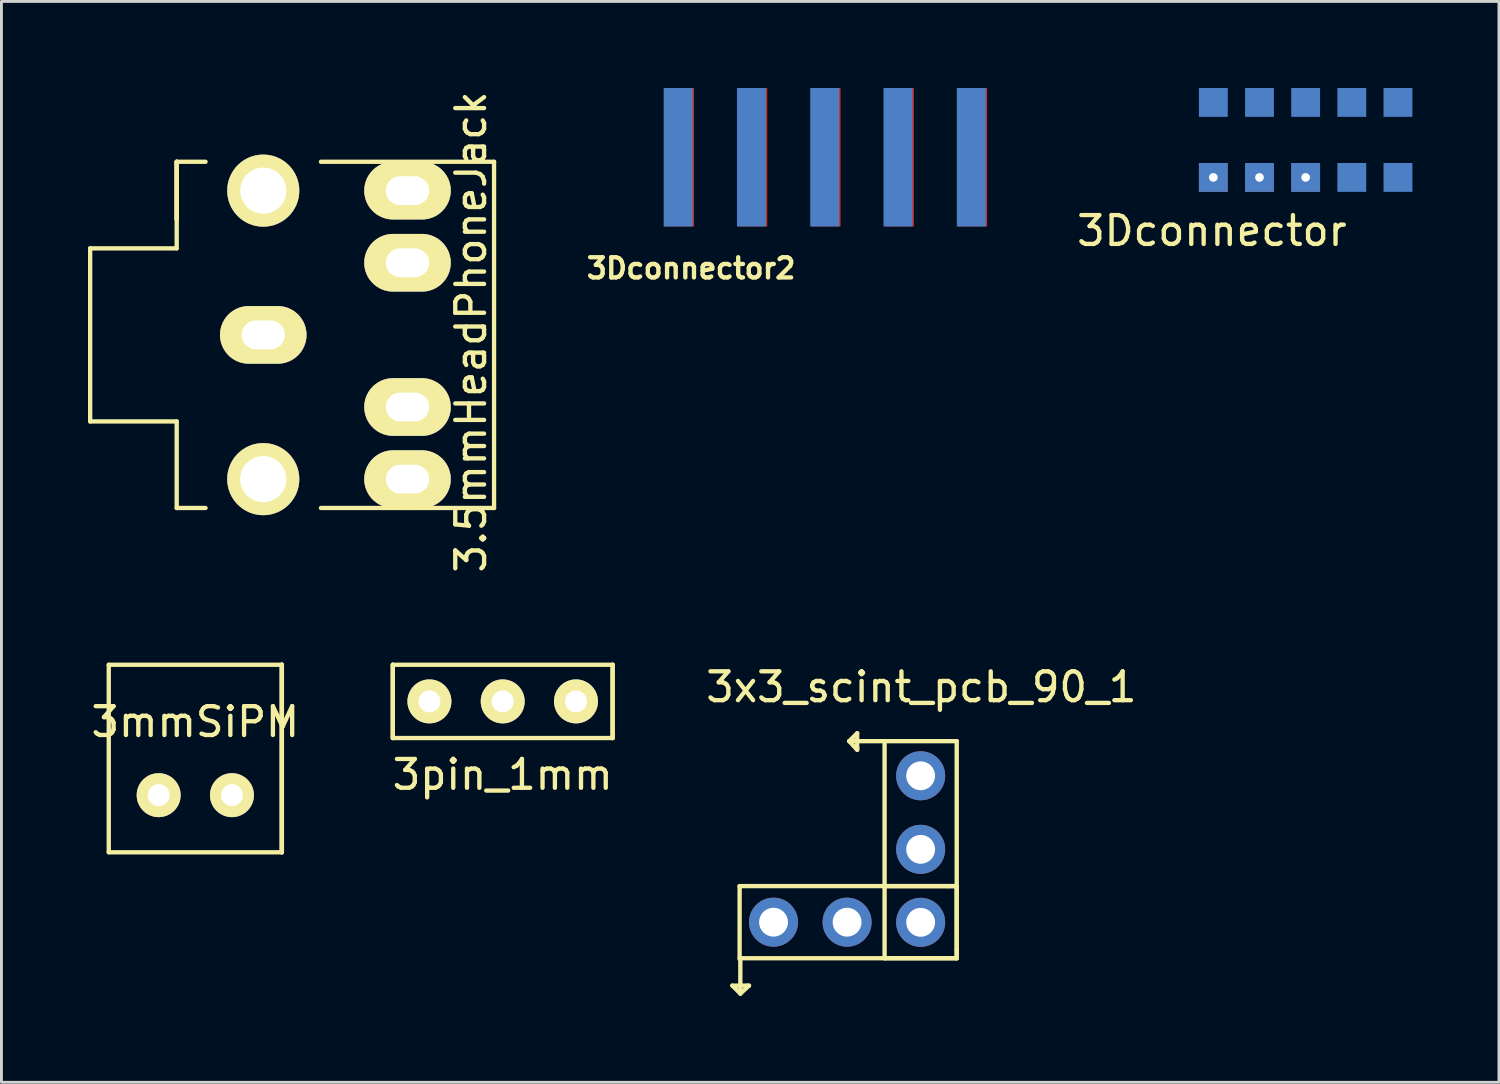
<source format=kicad_pcb>
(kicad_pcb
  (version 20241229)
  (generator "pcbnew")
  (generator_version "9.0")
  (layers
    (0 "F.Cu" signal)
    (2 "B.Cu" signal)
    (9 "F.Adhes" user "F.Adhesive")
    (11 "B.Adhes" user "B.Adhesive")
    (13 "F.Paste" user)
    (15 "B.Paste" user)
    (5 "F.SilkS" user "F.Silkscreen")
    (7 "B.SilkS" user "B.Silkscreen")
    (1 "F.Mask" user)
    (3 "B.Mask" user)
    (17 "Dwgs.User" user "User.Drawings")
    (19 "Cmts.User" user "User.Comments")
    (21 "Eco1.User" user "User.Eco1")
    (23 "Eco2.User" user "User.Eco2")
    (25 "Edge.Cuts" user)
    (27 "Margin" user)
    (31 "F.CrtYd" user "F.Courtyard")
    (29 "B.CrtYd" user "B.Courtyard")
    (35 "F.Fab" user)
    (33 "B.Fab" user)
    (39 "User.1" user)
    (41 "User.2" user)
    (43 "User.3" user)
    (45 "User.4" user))
  (footprint "3pin_1mm"
    (layer "F.Cu")
    (at 14.375 21.262)
    (property "Reference" "3pin_1mm" (at 0 2.54 0) (layer "F.SilkS") (effects (font (size 1 1) (thickness 0.15))))
    (attr through_hole)
    (fp_line (start -3.81 -1.27) (end -3.81 1.27) (stroke (width 0.15) (type solid)) (layer "F.SilkS"))
    (fp_line (start -3.81 -1.27) (end 3.81 -1.27) (stroke (width 0.15) (type solid)) (layer "F.SilkS"))
    (fp_line (start -3.81 1.27) (end -3.81 -1.27) (stroke (width 0.15) (type solid)) (layer "F.SilkS"))
    (fp_line (start 3.81 -1.27) (end 3.81 1.27) (stroke (width 0.15) (type solid)) (layer "F.SilkS"))
    (fp_line (start 3.81 1.27) (end -3.81 1.27) (stroke (width 0.15) (type solid)) (layer "F.SilkS"))
    (fp_line (start 3.81 1.27) (end 3.81 -1.27) (stroke (width 0.15) (type solid)) (layer "F.SilkS"))
    (pad "1" thru_hole circle (at -2.54 0) (size 1.524 1.524) (drill 0.762) (layers "*.Cu" "*.Mask" "F.SilkS"))
    (pad "2" thru_hole circle (at 0 0) (size 1.524 1.524) (drill 0.762) (layers "*.Cu" "*.Mask" "F.SilkS"))
    (pad "3" thru_hole circle (at 2.54 0) (size 1.524 1.524) (drill 0.762) (layers "*.Cu" "*.Mask" "F.SilkS")))
  (footprint "3Dconnector"
    (layer "F.Cu")
    (at 38.957 4.45)
    (property "Reference" "3Dconnector" (at 0 0.5 0) (layer "F.SilkS") (effects (font (size 1 1) (thickness 0.15))))
    (attr through_hole)
    (pad "1" smd rect (at 0.05 -3.95) (size 1 1) (layers "F.Mask" "B.Cu" "F.Paste"))
    (pad "2" thru_hole rect (at 0.05 -1.35) (size 1 1) (drill 0.3) (layers "*.Cu" "*.Mask"))
    (pad "3" smd rect (at 1.65 -3.95) (size 1 1) (layers "F.Mask" "B.Cu" "F.Paste"))
    (pad "4" thru_hole rect (at 1.65 -1.35) (size 1 1) (drill 0.3) (layers "*.Cu" "*.Mask"))
    (pad "5" smd rect (at 3.25 -3.95) (size 1 1) (layers "F.Mask" "B.Cu" "F.Paste"))
    (pad "6" thru_hole rect (at 3.25 -1.35) (size 1 1) (drill 0.3) (layers "*.Cu" "*.Mask"))
    (pad "7" smd rect (at 4.85 -3.95) (size 1 1) (layers "F.Mask" "B.Cu" "F.Paste"))
    (pad "8" smd rect (at 4.85 -1.35) (size 1 1) (layers "F.Mask" "B.Cu" "F.Paste"))
    (pad "9" smd rect (at 6.45 -3.95) (size 1 1) (layers "F.Mask" "B.Cu" "F.Paste"))
    (pad "10" smd rect (at 6.45 -1.35) (size 1 1) (layers "F.Mask" "B.Cu" "F.Paste")))
  (footprint "3x3_scint_pcb_90_1"
    (layer "F.Cu")
    (at 28.862 26.39)
    (property "Reference" "3x3_scint_pcb_90_1" (at 0.025 -5.625 0) (layer "F.SilkS") (effects (font (size 1 1) (thickness 0.15))))
    (attr through_hole)
    (fp_line (start -6.525 4.725) (end -6.025 4.725) (stroke (width 0.15) (type solid)) (layer "F.SilkS"))
    (fp_line (start -6.275 1.275) (end -6.275 3.8) (stroke (width 0.15) (type solid)) (layer "F.SilkS"))
    (fp_line (start -6.275 1.275) (end 0.95 1.275) (stroke (width 0.15) (type solid)) (layer "F.SilkS"))
    (fp_line (start -6.25 3.775) (end -6.25 5) (stroke (width 0.15) (type solid)) (layer "F.SilkS"))
    (fp_line (start -6.25 5) (end -6.525 4.725) (stroke (width 0.15) (type solid)) (layer "F.SilkS"))
    (fp_line (start -6.025 4.725) (end -5.95 4.725) (stroke (width 0.15) (type solid)) (layer "F.SilkS"))
    (fp_line (start -5.95 4.725) (end -6.25 5) (stroke (width 0.15) (type solid)) (layer "F.SilkS"))
    (fp_line (start -2.475 -3.75) (end -2.2 -4.025) (stroke (width 0.15) (type solid)) (layer "F.SilkS"))
    (fp_line (start -2.2 -4.025) (end -2.2 -3.525) (stroke (width 0.15) (type solid)) (layer "F.SilkS"))
    (fp_line (start -2.2 -3.525) (end -2.2 -3.45) (stroke (width 0.15) (type solid)) (layer "F.SilkS"))
    (fp_line (start -2.2 -3.45) (end -2.475 -3.75) (stroke (width 0.15) (type solid)) (layer "F.SilkS"))
    (fp_line (start -1.275 1.275) (end 1.225 1.275) (stroke (width 0.15) (type solid)) (layer "F.SilkS"))
    (fp_line (start -1.25 -3.75) (end -2.475 -3.75) (stroke (width 0.15) (type solid)) (layer "F.SilkS"))
    (fp_line (start -1.25 -3.75) (end 1.25 -3.75) (stroke (width 0.15) (type solid)) (layer "F.SilkS"))
    (fp_line (start -1.25 3.775) (end -1.25 -3.75) (stroke (width 0.15) (type solid)) (layer "F.SilkS"))
    (fp_line (start 0.95 1.275) (end 1.25 1.275) (stroke (width 0.15) (type solid)) (layer "F.SilkS"))
    (fp_line (start 1.25 -3.75) (end 1.25 3.475) (stroke (width 0.15) (type solid)) (layer "F.SilkS"))
    (fp_line (start 1.25 1.275) (end 1.25 3.775) (stroke (width 0.15) (type solid)) (layer "F.SilkS"))
    (fp_line (start 1.25 3.475) (end 1.25 3.775) (stroke (width 0.15) (type solid)) (layer "F.SilkS"))
    (fp_line (start 1.25 3.775) (end -6.275 3.775) (stroke (width 0.15) (type solid)) (layer "F.SilkS"))
    (fp_line (start 1.25 3.775) (end -1.25 3.775) (stroke (width 0.15) (type solid)) (layer "F.SilkS"))
    (pad "1" thru_hole circle (at -5.1 2.525) (size 1.7 1.7) (drill 1) (layers "*.Cu" "*.Mask"))
    (pad "1" thru_hole circle (at 0 -2.55) (size 1.7 1.7) (drill 1) (layers "*.Cu" "*.Mask"))
    (pad "2" thru_hole circle (at -2.55 2.525) (size 1.7 1.7) (drill 1) (layers "*.Cu" "*.Mask"))
    (pad "2" thru_hole circle (at 0 0) (size 1.7 1.7) (drill 1) (layers "*.Cu" "*.Mask"))
    (pad "3" thru_hole circle (at 0 2.53) (size 1.7 1.7) (drill 1) (layers "*.Cu" "*.Mask")))
  (footprint "3mmSiPM"
    (layer "F.Cu")
    (at 3.72 23.242)
    (property "Reference" "3mmSiPM" (at 0 -1.27 0) (layer "F.SilkS") (effects (font (size 1 1) (thickness 0.15))))
    (attr through_hole)
    (fp_line (start -3 -3.25) (end 3 -3.25) (stroke (width 0.15) (type solid)) (layer "F.SilkS"))
    (fp_line (start -3 3.25) (end -3 -3.25) (stroke (width 0.15) (type solid)) (layer "F.SilkS"))
    (fp_line (start 3 -3.25) (end 3 3.25) (stroke (width 0.15) (type solid)) (layer "F.SilkS"))
    (fp_line (start 3 -3.25) (end 3 3.25) (stroke (width 0.15) (type solid)) (layer "F.SilkS"))
    (fp_line (start 3 3.25) (end -3 3.25) (stroke (width 0.15) (type solid)) (layer "F.SilkS"))
    (fp_line (start 3 3.25) (end 3 -3.25) (stroke (width 0.15) (type solid)) (layer "F.SilkS"))
    (pad "1" thru_hole circle (at -1.27 1.27) (size 1.524 1.524) (drill 0.762) (layers "*.Cu" "*.Mask" "F.SilkS"))
    (pad "2" thru_hole circle (at 1.27 1.27) (size 1.524 1.524) (drill 0.762) (layers "*.Cu" "*.Mask" "F.SilkS")))
  (footprint "3.5mmHeadPhoneJack"
    (layer "F.Cu")
    (at 11.075 8.558)
    (property "Reference" "3.5mmHeadPhoneJack" (at 2.2 -0.1 90) (layer "F.SilkS") (effects (font (size 1 1) (thickness 0.15))))
    (attr through_hole)
    (fp_line (start -11 -3) (end -8 -3) (stroke (width 0.15) (type solid)) (layer "F.SilkS"))
    (fp_line (start -11 3) (end -11 -3) (stroke (width 0.15) (type solid)) (layer "F.SilkS"))
    (fp_line (start -8 -6) (end -8 -4) (stroke (width 0.15) (type solid)) (layer "F.SilkS"))
    (fp_line (start -8 -6) (end -8 -4) (stroke (width 0.15) (type solid)) (layer "F.SilkS"))
    (fp_line (start -8 -3) (end -8 -6) (stroke (width 0.15) (type solid)) (layer "F.SilkS"))
    (fp_line (start -8 3) (end -11 3) (stroke (width 0.15) (type solid)) (layer "F.SilkS"))
    (fp_line (start -8 6) (end -8 3) (stroke (width 0.15) (type solid)) (layer "F.SilkS"))
    (fp_line (start -7 -6) (end -8 -6) (stroke (width 0.15) (type solid)) (layer "F.SilkS"))
    (fp_line (start -7 6) (end -8 6) (stroke (width 0.15) (type solid)) (layer "F.SilkS"))
    (fp_line (start 0 6) (end -3 6) (stroke (width 0.15) (type solid)) (layer "F.SilkS"))
    (fp_line (start 0 6) (end 3 6) (stroke (width 0.15) (type solid)) (layer "F.SilkS"))
    (fp_line (start 3 -6) (end -3 -6) (stroke (width 0.15) (type solid)) (layer "F.SilkS"))
    (fp_line (start 3 6) (end 3 -6) (stroke (width 0.15) (type solid)) (layer "F.SilkS"))
    (pad "1" thru_hole circle (at -5 -5) (size 2.5 2.5) (drill 1.6) (layers "*.Cu" "*.Mask" "F.SilkS"))
    (pad "1" thru_hole oval (at -5 0) (size 3 2) (drill oval 1.5 1) (layers "*.Cu" "*.Mask" "F.SilkS"))
    (pad "1" thru_hole circle (at -5 5) (size 2.5 2.5) (drill 1.6) (layers "*.Cu" "*.Mask" "F.SilkS"))
    (pad "2" thru_hole oval (at 0 5) (size 3 2) (drill oval 1.5 1) (layers "*.Cu" "*.Mask" "F.SilkS"))
    (pad "3" thru_hole oval (at 0 -5) (size 3 2) (drill oval 1.5 1) (layers "*.Cu" "*.Mask" "F.SilkS"))
    (pad "4" thru_hole oval (at 0 2.5) (size 3 2) (drill oval 1.5 1) (layers "*.Cu" "*.Mask" "F.SilkS"))
    (pad "5" thru_hole oval (at 0 -2.5) (size 3 2) (drill oval 1.5 1) (layers "*.Cu" "*.Mask" "F.SilkS")))
  (footprint "3Dconnector2"
    (layer "F.Cu")
    (at 20.455 2.4)
    (property "Reference" "3Dconnector2" (at 0.45 3.85 0) (layer "F.SilkS") (effects (font (size 0.7 0.7) (thickness 0.15))))
    (attr through_hole)
    (pad "1" smd rect (at 0 0) (size 1 4.8) (layers "B.Cu" "B.Mask" "B.Paste"))
    (pad "2" smd rect (at 0.05 0) (size 1 4.8) (layers "F.Cu" "F.Mask" "F.Paste"))
    (pad "3" smd rect (at 2.54 0) (size 1 4.8) (layers "B.Cu" "B.Mask" "B.Paste"))
    (pad "4" smd rect (at 2.59 0) (size 1 4.8) (layers "F.Cu" "F.Mask" "F.Paste"))
    (pad "5" smd rect (at 5.08 0) (size 1 4.8) (layers "B.Cu" "B.Mask" "B.Paste"))
    (pad "6" smd rect (at 5.13 0) (size 1 4.8) (layers "F.Cu" "F.Mask" "F.Paste"))
    (pad "7" smd rect (at 7.62 0) (size 1 4.8) (layers "B.Cu" "B.Mask" "B.Paste"))
    (pad "8" smd rect (at 7.67 0) (size 1 4.8) (layers "F.Cu" "F.Mask" "F.Paste"))
    (pad "9" smd rect (at 10.16 0) (size 1 4.8) (layers "B.Cu" "B.Mask" "B.Paste"))
    (pad "10" smd rect (at 10.21 0) (size 1 4.8) (layers "F.Cu" "F.Mask" "F.Paste")))
  (gr_rect
    (start -3 -3)
    (end 48.907 34.465)
    (stroke (width 0.1) (type default))
    (fill no)
    (layer "Edge.Cuts")))
</source>
